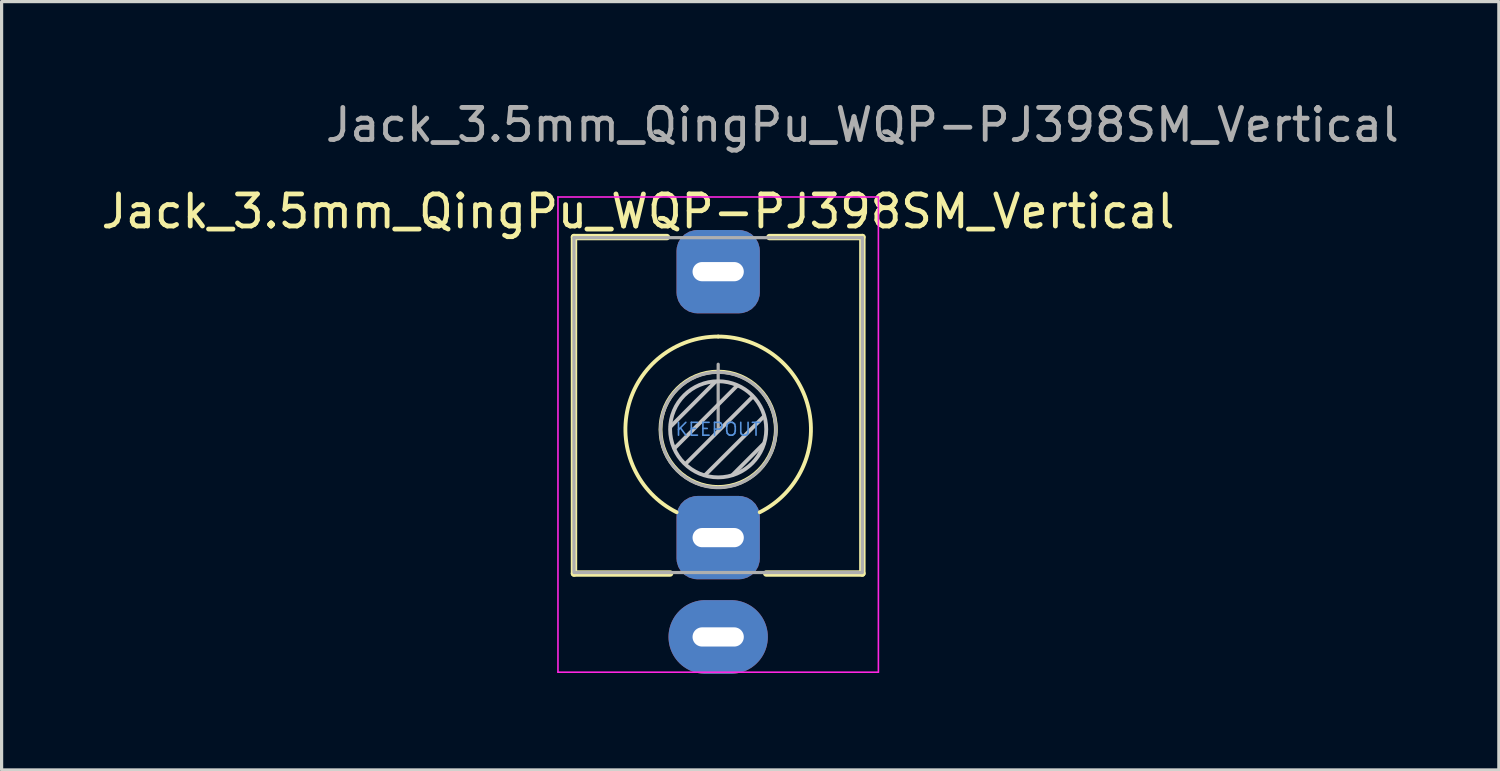
<source format=kicad_pcb>
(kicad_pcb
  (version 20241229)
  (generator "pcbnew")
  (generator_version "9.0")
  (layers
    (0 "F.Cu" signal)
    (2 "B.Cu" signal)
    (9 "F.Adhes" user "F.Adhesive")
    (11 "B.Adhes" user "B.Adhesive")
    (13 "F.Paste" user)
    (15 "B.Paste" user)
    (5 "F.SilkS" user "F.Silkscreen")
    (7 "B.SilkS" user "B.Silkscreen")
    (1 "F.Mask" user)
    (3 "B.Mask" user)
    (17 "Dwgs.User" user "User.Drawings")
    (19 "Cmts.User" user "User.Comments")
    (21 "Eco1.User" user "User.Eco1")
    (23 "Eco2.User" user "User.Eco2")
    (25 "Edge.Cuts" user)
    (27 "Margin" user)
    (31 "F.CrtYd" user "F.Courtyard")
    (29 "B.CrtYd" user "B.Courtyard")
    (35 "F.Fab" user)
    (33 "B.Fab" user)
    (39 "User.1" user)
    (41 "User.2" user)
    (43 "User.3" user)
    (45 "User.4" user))
  (footprint "Jack_3.5mm_QingPu_WQP-PJ398SM_Vertical"
    (layer "F.Cu")
    (at 19.363 10.348)
    (property "Reference" "Jack_3.5mm_QingPu_WQP-PJ398SM_Vertical" (at -2.5 -6.8 0) (layer "F.SilkS") (effects (font (size 1 1) (thickness 0.15))))
    (attr through_hole)
    (fp_line (start -4.5 -6) (end -1.6 -6) (stroke (width 0.2) (type solid)) (layer "F.SilkS"))
    (fp_line (start -4.5 4.5) (end -4.5 -6) (stroke (width 0.2) (type solid)) (layer "F.SilkS"))
    (fp_line (start -4.5 4.5) (end -1.5 4.5) (stroke (width 0.2) (type solid)) (layer "F.SilkS"))
    (fp_line (start 1.5 4.5) (end 4.5 4.5) (stroke (width 0.2) (type solid)) (layer "F.SilkS"))
    (fp_line (start 1.6 -6) (end 4.5 -6) (stroke (width 0.2) (type solid)) (layer "F.SilkS"))
    (fp_line (start 4.5 4.5) (end 4.5 -6) (stroke (width 0.2) (type solid)) (layer "F.SilkS"))
    (fp_arc (start -1.296263 2.588577) (mid -2.817353 -0.665994) (end 0 -2.895) (stroke (width 0.12) (type solid)) (layer "F.SilkS"))
    (fp_arc (start 0 -2.895) (mid 2.817353 -0.665994) (end 1.296263 2.588577) (stroke (width 0.12) (type solid)) (layer "F.SilkS"))
    (fp_circle (center 0 0) (end -1.8 0) (stroke (width 0.12) (type solid)) (fill no) (layer "F.SilkS"))
    (fp_line (start -0.09 -1.48) (end -1.48 -0.09) (stroke (width 0.12) (type solid)) (layer "Dwgs.User"))
    (fp_line (start 0.58 -1.35) (end -1.36 0.59) (stroke (width 0.12) (type solid)) (layer "Dwgs.User"))
    (fp_line (start 1.07 -1.01) (end -1.01 1.07) (stroke (width 0.12) (type solid)) (layer "Dwgs.User"))
    (fp_line (start 1.41 0.46) (end 0.46 1.41) (stroke (width 0.12) (type solid)) (layer "Dwgs.User"))
    (fp_line (start 1.42 -0.395) (end -0.4 1.42) (stroke (width 0.12) (type solid)) (layer "Dwgs.User"))
    (fp_circle (center 0 0) (end -1.5 0) (stroke (width 0.12) (type solid)) (fill no) (layer "Dwgs.User"))
    (fp_line (start -5 -7.25) (end -5 7.58) (stroke (width 0.05) (type solid)) (layer "F.CrtYd"))
    (fp_line (start -5 -7.25) (end 5 -7.25) (stroke (width 0.05) (type solid)) (layer "F.CrtYd"))
    (fp_line (start -5 7.58) (end 5 7.58) (stroke (width 0.05) (type solid)) (layer "F.CrtYd"))
    (fp_line (start 5 -7.25) (end 5 7.58) (stroke (width 0.05) (type solid)) (layer "F.CrtYd"))
    (fp_line (start -4.5 -5.98) (end -4.5 4.42) (stroke (width 0.1) (type solid)) (layer "F.Fab"))
    (fp_line (start -4.5 -5.98) (end 4.5 -5.98) (stroke (width 0.1) (type solid)) (layer "F.Fab"))
    (fp_line (start -4.5 4.47) (end 4.5 4.47) (stroke (width 0.1) (type solid)) (layer "F.Fab"))
    (fp_line (start 0 0) (end 0 -2.03) (stroke (width 0.1) (type solid)) (layer "F.Fab"))
    (fp_line (start 4.5 -5.98) (end 4.5 4.42) (stroke (width 0.1) (type solid)) (layer "F.Fab"))
    (fp_circle (center 0 0.02) (end -1.8 0.02) (stroke (width 0.1) (type solid)) (fill no) (layer "F.Fab"))
    (fp_text user "KEEPOUT" (at 0 0 180) (layer "Cmts.User") (effects (font (size 0.4 0.4) (thickness 0.051))))
    (fp_text user "${REFERENCE}" (at 4.5 -9.5 0) (layer "F.Fab") (effects (font (size 1 1) (thickness 0.15))))
    (pad "S" thru_hole oval (at 0 6.48) (size 3.1 2.3) (drill oval 1.6 0.6) (layers "*.Cu" "*.Mask"))
    (pad "T" thru_hole roundrect (at 0 -4.92) (size 2.6 2.6) (drill oval 1.6 0.6) (layers "*.Cu" "*.Mask") (roundrect_rratio 0.25))
    (pad "TN" thru_hole roundrect (at 0 3.38) (size 2.6 2.6) (drill oval 1.6 0.6) (layers "*.Cu" "*.Mask") (roundrect_rratio 0.25)))
  (gr_rect
    (start -3 -3)
    (end 43.726 20.978)
    (stroke (width 0.1) (type default))
    (fill no)
    (layer "Edge.Cuts")))
</source>
